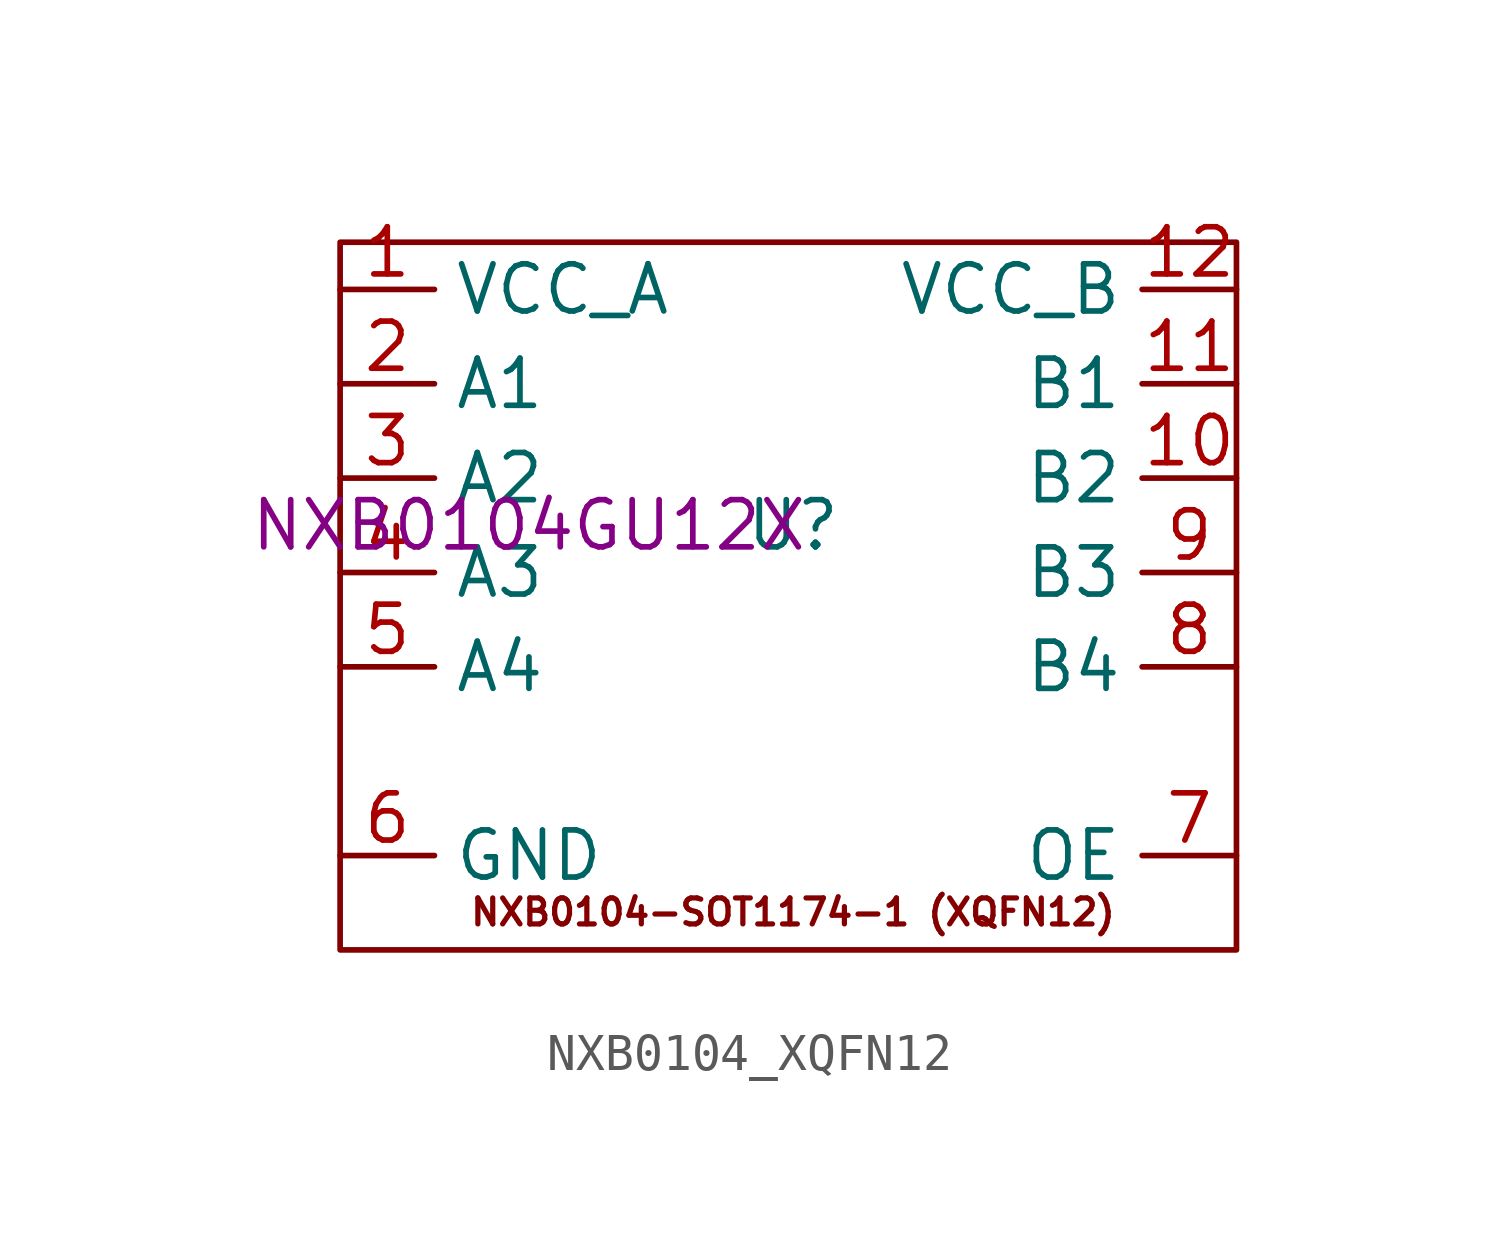
<source format=kicad_sym>
(kicad_symbol_lib
  (version 20231120)
  (generator "kicad_symbol_editor")
  (generator_version "8.0")
  (symbol "NXB0104_XQFN12"
    (property "Reference" "U"
      (at 7.112 0 0)
      (effects (font (size 1.27 1.27))))
    (property "Value" ""
      (at 0 0 0)
      (effects (font (size 1.27 1.27))))
    (property "MPN" "NXB0104GU12X"
      (at 0 0 0)
      (effects (font (size 1.27 1.27))))
    (symbol "NXB0104_XQFN12_0_1"
      (rectangle (start -5.08 7.62) (end 19.05 -11.43) (stroke (width 0) (type default)) (fill (type none))))
    (symbol "NXB0104_XQFN12_1_1"
      (text "NXB0104-SOT1174-1 (XQFN12)\n" (at 7.112 -10.414 0) (effects (font (size 0.7 0.7) (bold yes))))
      (pin input line (at -5.08 6.35 0) (length 2.54) (name "VCC_A" (effects (font (size 1.27 1.27)))) (number "1" (effects (font (size 1.27 1.27)))))
      (pin bidirectional line (at 19.05 1.27 180) (length 2.54) (name "B2" (effects (font (size 1.27 1.27)))) (number "10" (effects (font (size 1.27 1.27)))))
      (pin bidirectional line (at 19.05 3.81 180) (length 2.54) (name "B1" (effects (font (size 1.27 1.27)))) (number "11" (effects (font (size 1.27 1.27)))))
      (pin input line (at 19.05 6.35 180) (length 2.54) (name "VCC_B" (effects (font (size 1.27 1.27)))) (number "12" (effects (font (size 1.27 1.27)))))
      (pin bidirectional line (at -5.08 3.81 0) (length 2.54) (name "A1" (effects (font (size 1.27 1.27)))) (number "2" (effects (font (size 1.27 1.27)))))
      (pin bidirectional line (at -5.08 1.27 0) (length 2.54) (name "A2" (effects (font (size 1.27 1.27)))) (number "3" (effects (font (size 1.27 1.27)))))
      (pin bidirectional line (at -5.08 -1.27 0) (length 2.54) (name "A3" (effects (font (size 1.27 1.27)))) (number "4" (effects (font (size 1.27 1.27)))))
      (pin bidirectional line (at -5.08 -3.81 0) (length 2.54) (name "A4" (effects (font (size 1.27 1.27)))) (number "5" (effects (font (size 1.27 1.27)))))
      (pin input line (at -5.08 -8.89 0) (length 2.54) (name "GND" (effects (font (size 1.27 1.27)))) (number "6" (effects (font (size 1.27 1.27)))))
      (pin input line (at 19.05 -8.89 180) (length 2.54) (name "OE" (effects (font (size 1.27 1.27)))) (number "7" (effects (font (size 1.27 1.27)))))
      (pin bidirectional line (at 19.05 -3.81 180) (length 2.54) (name "B4" (effects (font (size 1.27 1.27)))) (number "8" (effects (font (size 1.27 1.27)))))
      (pin bidirectional line (at 19.05 -1.27 180) (length 2.54) (name "B3" (effects (font (size 1.27 1.27)))) (number "9" (effects (font (size 1.27 1.27))))))))
</source>
